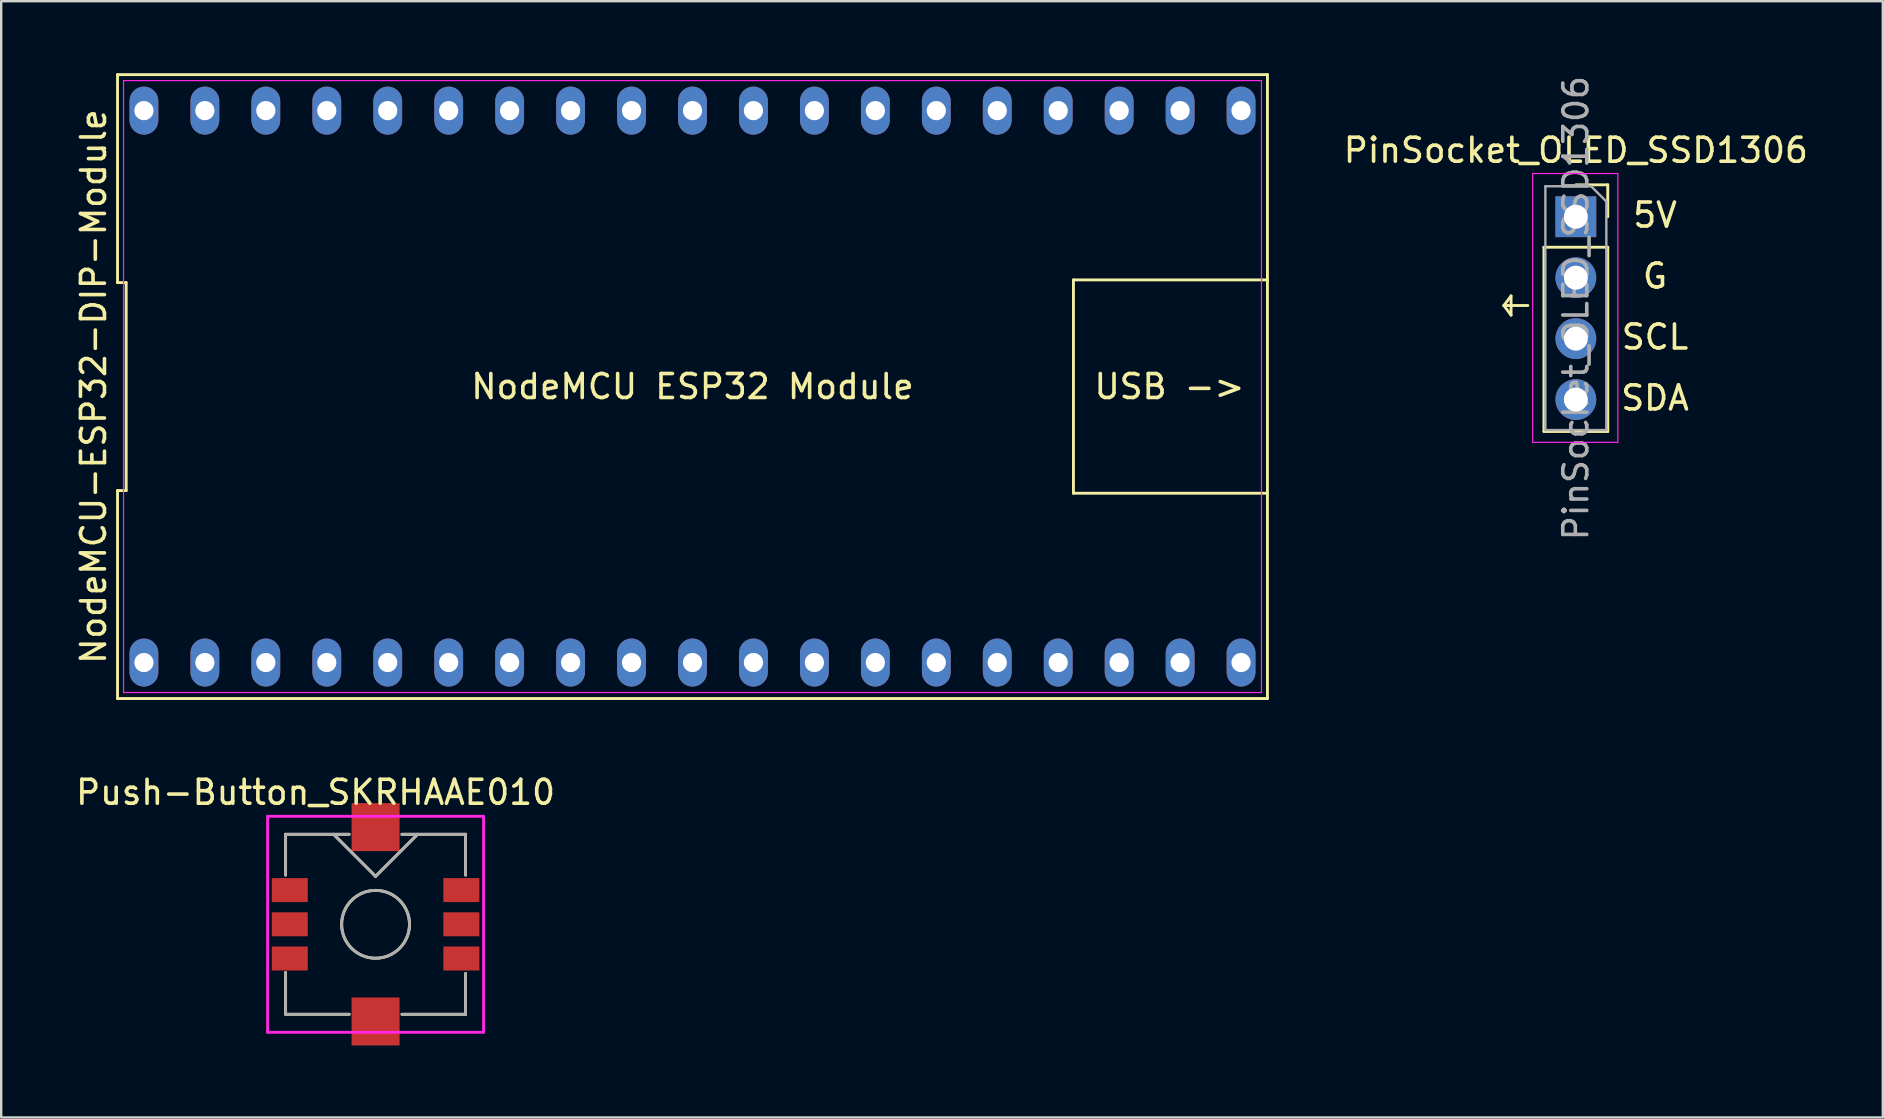
<source format=kicad_pcb>
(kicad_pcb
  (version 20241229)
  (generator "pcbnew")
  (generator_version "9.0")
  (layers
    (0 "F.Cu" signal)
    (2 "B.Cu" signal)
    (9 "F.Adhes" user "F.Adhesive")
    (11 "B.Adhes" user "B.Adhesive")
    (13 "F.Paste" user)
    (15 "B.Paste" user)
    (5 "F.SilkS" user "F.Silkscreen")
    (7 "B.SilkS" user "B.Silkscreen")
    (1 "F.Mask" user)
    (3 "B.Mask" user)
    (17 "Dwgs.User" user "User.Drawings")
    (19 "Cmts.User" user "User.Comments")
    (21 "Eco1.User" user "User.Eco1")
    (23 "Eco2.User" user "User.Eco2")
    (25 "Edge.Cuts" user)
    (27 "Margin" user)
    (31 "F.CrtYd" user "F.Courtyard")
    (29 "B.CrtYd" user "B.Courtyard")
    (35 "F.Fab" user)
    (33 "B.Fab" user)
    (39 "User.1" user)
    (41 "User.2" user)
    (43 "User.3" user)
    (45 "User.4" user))
  (footprint "PinSocket_OLED_SSD1306"
    (layer "F.Cu")
    (at 62.62 5.982)
    (property "Reference" "PinSocket_OLED_SSD1306" (at 0 -2.77 0) (layer "F.SilkS") (effects (font (size 1 1) (thickness 0.15))))
    (attr through_hole)
    (fp_line (start -3 3.7) (end -2.7 3.3) (stroke (width 0.12) (type solid)) (layer "F.SilkS"))
    (fp_line (start -2.7 3.3) (end -2.7 4.1) (stroke (width 0.12) (type solid)) (layer "F.SilkS"))
    (fp_line (start -2.7 4.1) (end -3 3.7) (stroke (width 0.12) (type solid)) (layer "F.SilkS"))
    (fp_line (start -2 3.7) (end -3 3.7) (stroke (width 0.12) (type solid)) (layer "F.SilkS"))
    (fp_line (start -1.33 1.27) (end -1.33 8.95) (stroke (width 0.12) (type solid)) (layer "F.SilkS"))
    (fp_line (start -1.33 1.27) (end 1.33 1.27) (stroke (width 0.12) (type solid)) (layer "F.SilkS"))
    (fp_line (start -1.33 8.95) (end 1.33 8.95) (stroke (width 0.12) (type solid)) (layer "F.SilkS"))
    (fp_line (start 0 -1.33) (end 1.33 -1.33) (stroke (width 0.12) (type solid)) (layer "F.SilkS"))
    (fp_line (start 1.33 -1.33) (end 1.33 0) (stroke (width 0.12) (type solid)) (layer "F.SilkS"))
    (fp_line (start 1.33 1.27) (end 1.33 8.95) (stroke (width 0.12) (type solid)) (layer "F.SilkS"))
    (fp_line (start -1.8 -1.8) (end 1.75 -1.8) (stroke (width 0.05) (type solid)) (layer "F.CrtYd"))
    (fp_line (start -1.8 9.4) (end -1.8 -1.8) (stroke (width 0.05) (type solid)) (layer "F.CrtYd"))
    (fp_line (start 1.75 -1.8) (end 1.75 9.4) (stroke (width 0.05) (type solid)) (layer "F.CrtYd"))
    (fp_line (start 1.75 9.4) (end -1.8 9.4) (stroke (width 0.05) (type solid)) (layer "F.CrtYd"))
    (fp_line (start -1.27 -1.27) (end 0.635 -1.27) (stroke (width 0.1) (type solid)) (layer "F.Fab"))
    (fp_line (start -1.27 8.89) (end -1.27 -1.27) (stroke (width 0.1) (type solid)) (layer "F.Fab"))
    (fp_line (start 0.635 -1.27) (end 1.27 -0.635) (stroke (width 0.1) (type solid)) (layer "F.Fab"))
    (fp_line (start 1.27 -0.635) (end 1.27 8.89) (stroke (width 0.1) (type solid)) (layer "F.Fab"))
    (fp_line (start 1.27 8.89) (end -1.27 8.89) (stroke (width 0.1) (type solid)) (layer "F.Fab"))
    (fp_text user "5V" (at 3.3 -0.068 0) (layer "F.SilkS") (effects (font (size 1 1) (thickness 0.15))))
    (fp_text user "SCL" (at 3.3 5.013 0) (layer "F.SilkS") (effects (font (size 1 1) (thickness 0.15))))
    (fp_text user "G" (at 3.3 2.473 0) (layer "F.SilkS") (effects (font (size 1 1) (thickness 0.15))))
    (fp_text user "SDA" (at 3.3 7.553 0) (layer "F.SilkS") (effects (font (size 1 1) (thickness 0.15))))
    (fp_text user "${REFERENCE}" (at 0 3.81 90) (layer "F.Fab") (effects (font (size 1 1) (thickness 0.15))))
    (pad "1" thru_hole rect (at 0 0) (size 1.7 1.7) (drill 1) (layers "*.Cu" "*.Mask"))
    (pad "2" thru_hole oval (at 0 2.54) (size 1.7 1.7) (drill 1) (layers "*.Cu" "*.Mask"))
    (pad "3" thru_hole oval (at 0 5.08) (size 1.7 1.7) (drill 1) (layers "*.Cu" "*.Mask"))
    (pad "4" thru_hole oval (at 0 7.62) (size 1.7 1.7) (drill 1) (layers "*.Cu" "*.Mask")))
  (footprint "Push-Button_SKRHAAE010"
    (layer "F.Cu")
    (at 12.601 35.468)
    (property "Reference" "Push-Button_SKRHAAE010" (at -2.5 -5.5 0) (layer "F.SilkS") (effects (font (size 1 1) (thickness 0.15))))
    (attr through_hole)
    (fp_line (start -3.75 -3.75) (end -3.75 -2.05) (stroke (width 0.12) (type solid)) (layer "F.SilkS"))
    (fp_line (start -3.75 -3.75) (end -1.1 -3.75) (stroke (width 0.12) (type solid)) (layer "F.SilkS"))
    (fp_line (start -3.75 3.75) (end -3.75 2.01) (stroke (width 0.12) (type solid)) (layer "F.SilkS"))
    (fp_line (start -3.75 3.75) (end -1.1 3.75) (stroke (width 0.12) (type solid)) (layer "F.SilkS"))
    (fp_line (start 0 -2) (end -1.75 -3.75) (stroke (width 0.12) (type solid)) (layer "F.SilkS"))
    (fp_line (start 0 -2) (end 1.75 -3.75) (stroke (width 0.12) (type solid)) (layer "F.SilkS"))
    (fp_line (start 3.75 -3.75) (end 1.1 -3.75) (stroke (width 0.12) (type solid)) (layer "F.SilkS"))
    (fp_line (start 3.75 -3.75) (end 3.75 -2.05) (stroke (width 0.12) (type solid)) (layer "F.SilkS"))
    (fp_line (start 3.75 3.75) (end 1.1 3.75) (stroke (width 0.12) (type solid)) (layer "F.SilkS"))
    (fp_line (start 3.75 3.75) (end 3.75 2.05) (stroke (width 0.12) (type solid)) (layer "F.SilkS"))
    (fp_circle (center 0 0) (end 1 1) (stroke (width 0.12) (type solid)) (fill no) (layer "F.SilkS"))
    (fp_line (start -4.5 -4.5) (end -4.5 4.5) (stroke (width 0.12) (type solid)) (layer "F.CrtYd"))
    (fp_line (start -4.5 4.5) (end 4.5 4.5) (stroke (width 0.12) (type solid)) (layer "F.CrtYd"))
    (fp_line (start 4.5 -4.5) (end -4.5 -4.5) (stroke (width 0.12) (type solid)) (layer "F.CrtYd"))
    (fp_line (start 4.5 4.5) (end 4.5 -4.5) (stroke (width 0.12) (type solid)) (layer "F.CrtYd"))
    (fp_line (start -3.75 -3.75) (end -3.75 -2.05) (stroke (width 0.12) (type solid)) (layer "F.Fab"))
    (fp_line (start -3.75 -3.75) (end -1.1 -3.75) (stroke (width 0.12) (type solid)) (layer "F.Fab"))
    (fp_line (start -3.75 3.75) (end -3.75 2.01) (stroke (width 0.12) (type solid)) (layer "F.Fab"))
    (fp_line (start -3.75 3.75) (end -1.1 3.75) (stroke (width 0.12) (type solid)) (layer "F.Fab"))
    (fp_line (start 0 -2) (end -1.75 -3.75) (stroke (width 0.12) (type solid)) (layer "F.Fab"))
    (fp_line (start 0 -2) (end 1.75 -3.75) (stroke (width 0.12) (type solid)) (layer "F.Fab"))
    (fp_line (start 3.75 -3.75) (end 1.1 -3.75) (stroke (width 0.12) (type solid)) (layer "F.Fab"))
    (fp_line (start 3.75 -3.75) (end 3.75 -2.05) (stroke (width 0.12) (type solid)) (layer "F.Fab"))
    (fp_line (start 3.75 3.75) (end 1.1 3.75) (stroke (width 0.12) (type solid)) (layer "F.Fab"))
    (fp_line (start 3.75 3.75) (end 3.75 2.05) (stroke (width 0.12) (type solid)) (layer "F.Fab"))
    (fp_circle (center 0 0) (end 1.414 0) (stroke (width 0.12) (type solid)) (fill no) (layer "F.Fab"))
    (pad "" smd rect (at 0 -4.05) (size 2 2) (layers "F.Cu" "F.Mask" "F.Paste"))
    (pad "" smd rect (at 0 4.05) (size 2 2) (layers "F.Cu" "F.Mask" "F.Paste"))
    (pad "1" smd rect (at -3.575 -1.425) (size 1.5 1) (layers "F.Cu" "F.Mask" "F.Paste"))
    (pad "2" smd rect (at -3.575 0) (size 1.5 1) (layers "F.Cu" "F.Mask" "F.Paste"))
    (pad "3" smd rect (at -3.575 1.425) (size 1.5 1) (layers "F.Cu" "F.Mask" "F.Paste"))
    (pad "4" smd rect (at 3.575 -1.425) (size 1.5 1) (layers "F.Cu" "F.Mask" "F.Paste"))
    (pad "5" smd rect (at 3.575 0) (size 1.5 1) (layers "F.Cu" "F.Mask" "F.Paste"))
    (pad "6" smd rect (at 3.575 1.425) (size 1.5 1) (layers "F.Cu" "F.Mask" "F.Paste")))
  (footprint "NodeMCU-ESP32-DIP-Module"
    (layer "F.Cu")
    (at 25.808 13.06)
    (property "Reference" "NodeMCU-ESP32-DIP-Module" (at -24.96 0 90) (layer "F.SilkS") (effects (font (size 1 1) (thickness 0.15))))
    (attr through_hole)
    (fp_line (start -23.96 -13) (end -23.96 -4.333) (stroke (width 0.12) (type solid)) (layer "F.SilkS"))
    (fp_line (start -23.96 -4.333) (end -23.6 -4.333) (stroke (width 0.12) (type solid)) (layer "F.SilkS"))
    (fp_line (start -23.96 4.333) (end -23.96 13) (stroke (width 0.12) (type solid)) (layer "F.SilkS"))
    (fp_line (start -23.96 13) (end 23.96 13) (stroke (width 0.12) (type solid)) (layer "F.SilkS"))
    (fp_line (start -23.6 -4.333) (end -23.6 4.333) (stroke (width 0.12) (type solid)) (layer "F.SilkS"))
    (fp_line (start -23.6 4.333) (end -23.96 4.333) (stroke (width 0.12) (type solid)) (layer "F.SilkS"))
    (fp_line (start 15.875 -4.445) (end 15.875 4.445) (stroke (width 0.12) (type solid)) (layer "F.SilkS"))
    (fp_line (start 15.875 4.445) (end 23.939 4.445) (stroke (width 0.12) (type solid)) (layer "F.SilkS"))
    (fp_line (start 23.939 -4.445) (end 15.875 -4.445) (stroke (width 0.12) (type solid)) (layer "F.SilkS"))
    (fp_line (start 23.96 -13) (end -23.96 -13) (stroke (width 0.12) (type solid)) (layer "F.SilkS"))
    (fp_line (start 23.96 13) (end 23.96 -13) (stroke (width 0.12) (type solid)) (layer "F.SilkS"))
    (fp_line (start -23.71 -12.75) (end 23.71 -12.75) (stroke (width 0.05) (type solid)) (layer "F.CrtYd"))
    (fp_line (start -23.71 12.75) (end -23.71 -12.75) (stroke (width 0.05) (type solid)) (layer "F.CrtYd"))
    (fp_line (start 23.71 -12.75) (end 23.71 12.75) (stroke (width 0.05) (type solid)) (layer "F.CrtYd"))
    (fp_line (start 23.71 12.75) (end -23.71 12.75) (stroke (width 0.05) (type solid)) (layer "F.CrtYd"))
    (fp_text user "NodeMCU ESP32 Module" (at 0 0 0) (layer "F.SilkS") (effects (font (size 1 1) (thickness 0.15))))
    (fp_text user "USB ->" (at 19.875 0 0) (layer "F.SilkS") (effects (font (size 1 1) (thickness 0.15))))
    (pad "1" thru_hole oval (at -22.86 11.5) (size 1.2 2) (drill 0.8) (layers "*.Cu" "*.Mask"))
    (pad "2" thru_hole oval (at -20.32 11.5) (size 1.2 2) (drill 0.8) (layers "*.Cu" "*.Mask"))
    (pad "3" thru_hole oval (at -17.78 11.5) (size 1.2 2) (drill 0.8) (layers "*.Cu" "*.Mask"))
    (pad "4" thru_hole oval (at -15.24 11.5) (size 1.2 2) (drill 0.8) (layers "*.Cu" "*.Mask"))
    (pad "5" thru_hole oval (at -12.7 11.5) (size 1.2 2) (drill 0.8) (layers "*.Cu" "*.Mask"))
    (pad "6" thru_hole oval (at -10.16 11.5) (size 1.2 2) (drill 0.8) (layers "*.Cu" "*.Mask"))
    (pad "7" thru_hole oval (at -7.62 11.5) (size 1.2 2) (drill 0.8) (layers "*.Cu" "*.Mask"))
    (pad "8" thru_hole oval (at -5.08 11.5) (size 1.2 2) (drill 0.8) (layers "*.Cu" "*.Mask"))
    (pad "9" thru_hole oval (at -2.54 11.5) (size 1.2 2) (drill 0.8) (layers "*.Cu" "*.Mask"))
    (pad "10" thru_hole oval (at 0 11.5) (size 1.2 2) (drill 0.8) (layers "*.Cu" "*.Mask"))
    (pad "11" thru_hole oval (at 2.54 11.5) (size 1.2 2) (drill 0.8) (layers "*.Cu" "*.Mask"))
    (pad "12" thru_hole oval (at 5.08 11.5) (size 1.2 2) (drill 0.8) (layers "*.Cu" "*.Mask"))
    (pad "13" thru_hole oval (at 7.62 11.5) (size 1.2 2) (drill 0.8) (layers "*.Cu" "*.Mask"))
    (pad "14" thru_hole oval (at 10.16 11.5) (size 1.2 2) (drill 0.8) (layers "*.Cu" "*.Mask"))
    (pad "15" thru_hole oval (at 12.7 11.5) (size 1.2 2) (drill 0.8) (layers "*.Cu" "*.Mask"))
    (pad "16" thru_hole oval (at 15.24 11.5) (size 1.2 2) (drill 0.8) (layers "*.Cu" "*.Mask"))
    (pad "17" thru_hole oval (at 17.78 11.5) (size 1.2 2) (drill 0.8) (layers "*.Cu" "*.Mask"))
    (pad "18" thru_hole oval (at 20.32 11.5) (size 1.2 2) (drill 0.8) (layers "*.Cu" "*.Mask"))
    (pad "19" thru_hole oval (at 22.86 11.5) (size 1.2 2) (drill 0.8) (layers "*.Cu" "*.Mask"))
    (pad "20" thru_hole oval (at 22.86 -11.5) (size 1.2 2) (drill 0.8) (layers "*.Cu" "*.Mask"))
    (pad "21" thru_hole oval (at 20.32 -11.5) (size 1.2 2) (drill 0.8) (layers "*.Cu" "*.Mask"))
    (pad "22" thru_hole oval (at 17.78 -11.5) (size 1.2 2) (drill 0.8) (layers "*.Cu" "*.Mask"))
    (pad "23" thru_hole oval (at 15.24 -11.5) (size 1.2 2) (drill 0.8) (layers "*.Cu" "*.Mask"))
    (pad "24" thru_hole oval (at 12.7 -11.5) (size 1.2 2) (drill 0.8) (layers "*.Cu" "*.Mask"))
    (pad "25" thru_hole oval (at 10.16 -11.5) (size 1.2 2) (drill 0.8) (layers "*.Cu" "*.Mask"))
    (pad "26" thru_hole oval (at 7.62 -11.5) (size 1.2 2) (drill 0.8) (layers "*.Cu" "*.Mask"))
    (pad "27" thru_hole oval (at 5.08 -11.5) (size 1.2 2) (drill 0.8) (layers "*.Cu" "*.Mask"))
    (pad "28" thru_hole oval (at 2.54 -11.5) (size 1.2 2) (drill 0.8) (layers "*.Cu" "*.Mask"))
    (pad "29" thru_hole oval (at 0 -11.5) (size 1.2 2) (drill 0.8) (layers "*.Cu" "*.Mask"))
    (pad "30" thru_hole oval (at -2.54 -11.5) (size 1.2 2) (drill 0.8) (layers "*.Cu" "*.Mask"))
    (pad "31" thru_hole oval (at -5.08 -11.5) (size 1.2 2) (drill 0.8) (layers "*.Cu" "*.Mask"))
    (pad "32" thru_hole oval (at -7.62 -11.5) (size 1.2 2) (drill 0.8) (layers "*.Cu" "*.Mask"))
    (pad "33" thru_hole oval (at -10.16 -11.5) (size 1.2 2) (drill 0.8) (layers "*.Cu" "*.Mask"))
    (pad "34" thru_hole oval (at -12.7 -11.5) (size 1.2 2) (drill 0.8) (layers "*.Cu" "*.Mask"))
    (pad "35" thru_hole oval (at -15.24 -11.5) (size 1.2 2) (drill 0.8) (layers "*.Cu" "*.Mask"))
    (pad "36" thru_hole oval (at -17.78 -11.5) (size 1.2 2) (drill 0.8) (layers "*.Cu" "*.Mask"))
    (pad "37" thru_hole oval (at -20.32 -11.5) (size 1.2 2) (drill 0.8) (layers "*.Cu" "*.Mask"))
    (pad "38" thru_hole oval (at -22.86 -11.5) (size 1.2 2) (drill 0.8) (layers "*.Cu" "*.Mask")))
  (gr_rect
    (start -3 -3)
    (end 75.412 43.518)
    (stroke (width 0.1) (type default))
    (fill no)
    (layer "Edge.Cuts")))
</source>
